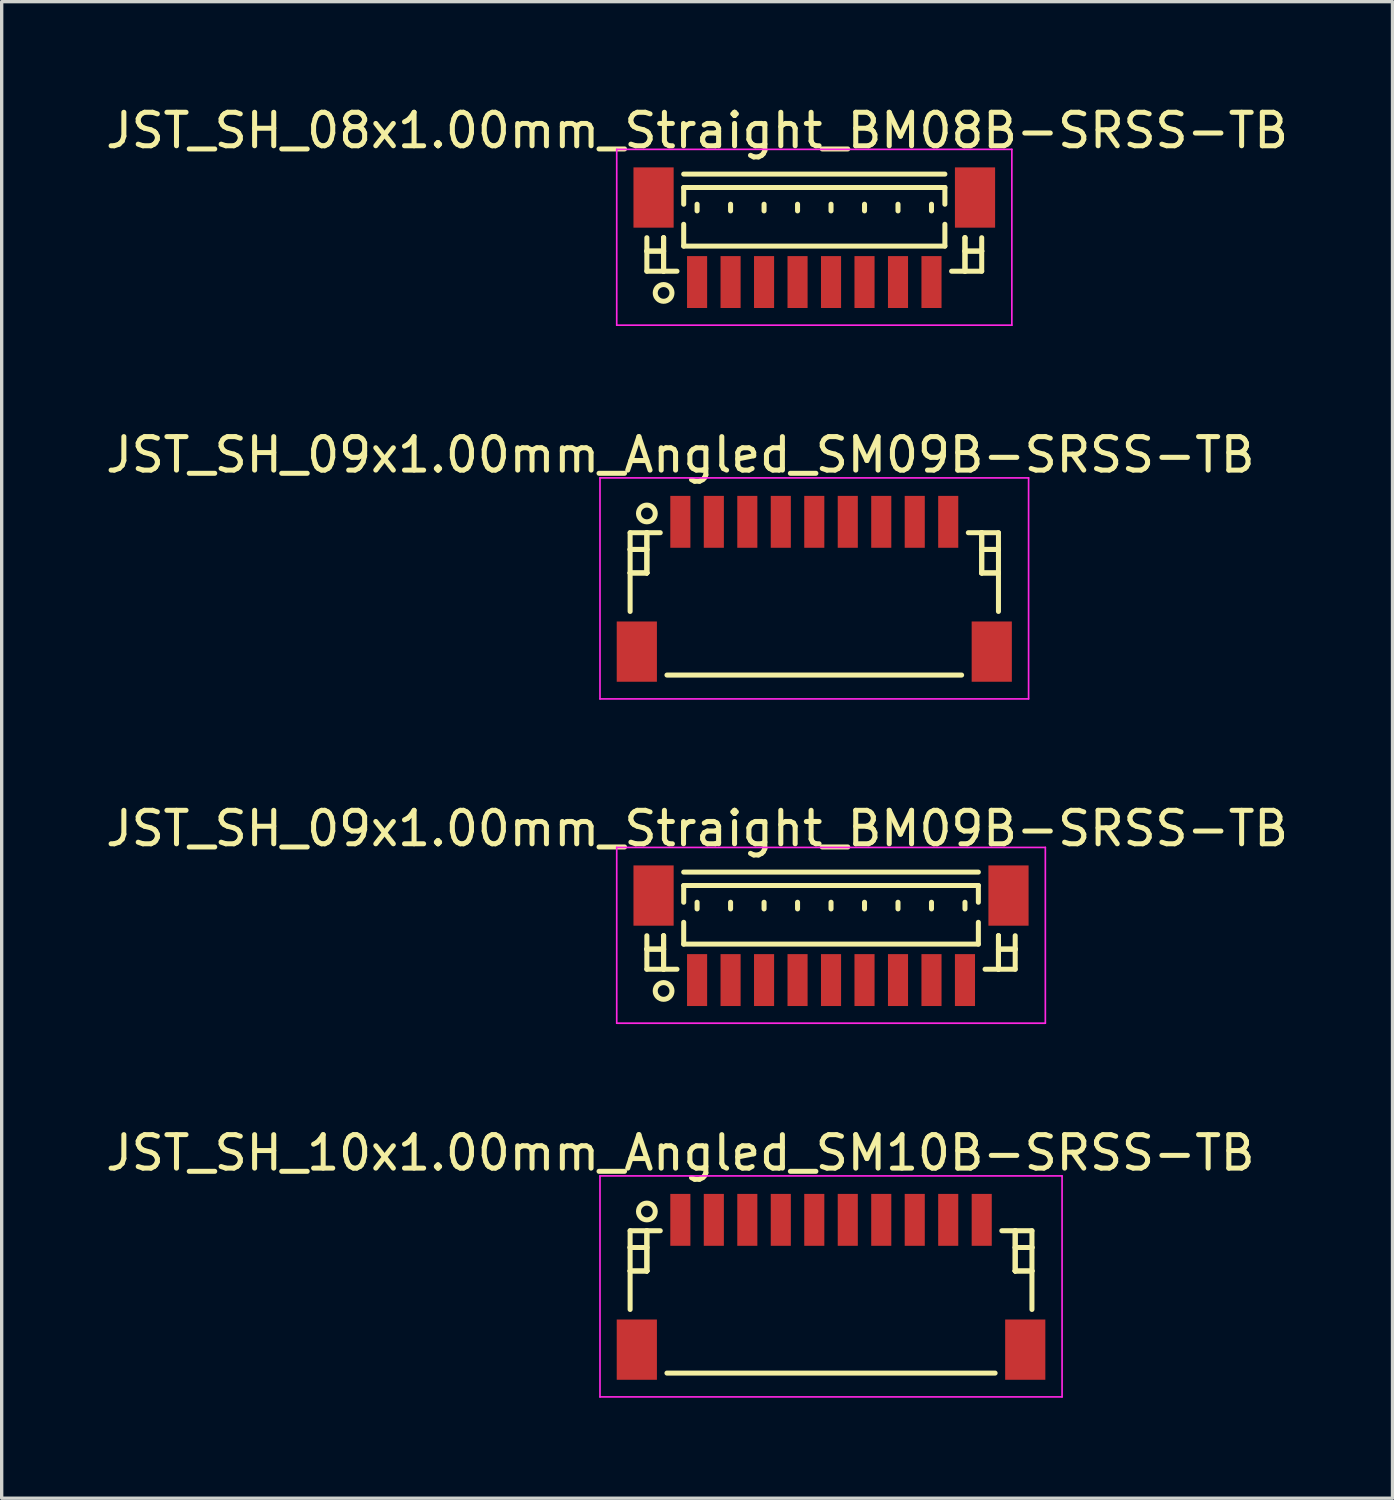
<source format=kicad_pcb>
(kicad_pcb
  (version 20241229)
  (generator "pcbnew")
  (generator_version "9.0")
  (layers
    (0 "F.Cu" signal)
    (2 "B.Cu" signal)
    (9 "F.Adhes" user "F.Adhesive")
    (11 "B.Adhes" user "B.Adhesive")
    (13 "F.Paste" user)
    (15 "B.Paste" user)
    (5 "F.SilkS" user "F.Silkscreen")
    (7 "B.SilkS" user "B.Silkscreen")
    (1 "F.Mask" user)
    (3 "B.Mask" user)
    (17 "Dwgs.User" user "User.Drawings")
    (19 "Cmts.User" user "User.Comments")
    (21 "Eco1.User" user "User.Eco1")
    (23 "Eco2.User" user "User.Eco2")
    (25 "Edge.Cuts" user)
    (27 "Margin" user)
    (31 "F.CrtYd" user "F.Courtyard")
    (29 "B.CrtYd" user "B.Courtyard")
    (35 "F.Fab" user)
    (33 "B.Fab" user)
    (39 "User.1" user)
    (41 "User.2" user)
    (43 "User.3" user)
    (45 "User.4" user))
  (footprint "JST_SH_09x1.00mm_Straight_BM09B-SRSS-TB"
    (layer "F.Cu")
    (at 21.768 24.957)
    (property "Reference" "JST_SH_09x1.00mm_Straight_BM09B-SRSS-TB" (at -4 -3.263 0) (layer "F.SilkS") (effects (font (size 1 1) (thickness 0.15))))
    (attr smd)
    (fp_line (start -5.5 -0.062) (end -5.5 0.938) (stroke (width 0.15) (type solid)) (layer "F.SilkS"))
    (fp_line (start -5.5 0.338) (end -5.5 0.338) (stroke (width 0.15) (type solid)) (layer "F.SilkS"))
    (fp_line (start -5.5 0.338) (end -5 0.338) (stroke (width 0.15) (type solid)) (layer "F.SilkS"))
    (fp_line (start -5.5 0.938) (end -4.6 0.938) (stroke (width 0.15) (type solid)) (layer "F.SilkS"))
    (fp_line (start -5 -0.062) (end -5 -0.062) (stroke (width 0.15) (type solid)) (layer "F.SilkS"))
    (fp_line (start -5 -0.062) (end -5 0.938) (stroke (width 0.15) (type solid)) (layer "F.SilkS"))
    (fp_line (start -5 0.338) (end -5.5 0.338) (stroke (width 0.15) (type solid)) (layer "F.SilkS"))
    (fp_line (start -5 0.338) (end -5 0.338) (stroke (width 0.15) (type solid)) (layer "F.SilkS"))
    (fp_line (start -5 0.938) (end -5 -0.062) (stroke (width 0.15) (type solid)) (layer "F.SilkS"))
    (fp_line (start -5 0.938) (end -5 0.938) (stroke (width 0.15) (type solid)) (layer "F.SilkS"))
    (fp_line (start -4.4 -1.962) (end 4.4 -1.962) (stroke (width 0.15) (type solid)) (layer "F.SilkS"))
    (fp_line (start -4.4 -1.562) (end 4.4 -1.562) (stroke (width 0.15) (type solid)) (layer "F.SilkS"))
    (fp_line (start -4.4 -1.062) (end -4.4 -1.562) (stroke (width 0.15) (type solid)) (layer "F.SilkS"))
    (fp_line (start -4.4 -0.463) (end -4.4 0.188) (stroke (width 0.15) (type solid)) (layer "F.SilkS"))
    (fp_line (start -4.4 0.188) (end 4.4 0.188) (stroke (width 0.15) (type solid)) (layer "F.SilkS"))
    (fp_line (start -4 -1.062) (end -4 -0.863) (stroke (width 0.15) (type solid)) (layer "F.SilkS"))
    (fp_line (start -3 -1.062) (end -3 -0.863) (stroke (width 0.15) (type solid)) (layer "F.SilkS"))
    (fp_line (start -2 -1.062) (end -2 -0.863) (stroke (width 0.15) (type solid)) (layer "F.SilkS"))
    (fp_line (start -1 -1.062) (end -1 -0.863) (stroke (width 0.15) (type solid)) (layer "F.SilkS"))
    (fp_line (start 0 -1.062) (end 0 -0.863) (stroke (width 0.15) (type solid)) (layer "F.SilkS"))
    (fp_line (start 1 -1.062) (end 1 -0.863) (stroke (width 0.15) (type solid)) (layer "F.SilkS"))
    (fp_line (start 2 -1.062) (end 2 -0.863) (stroke (width 0.15) (type solid)) (layer "F.SilkS"))
    (fp_line (start 3 -1.062) (end 3 -0.863) (stroke (width 0.15) (type solid)) (layer "F.SilkS"))
    (fp_line (start 4 -1.062) (end 4 -0.863) (stroke (width 0.15) (type solid)) (layer "F.SilkS"))
    (fp_line (start 4.4 -1.562) (end 4.4 -1.062) (stroke (width 0.15) (type solid)) (layer "F.SilkS"))
    (fp_line (start 4.4 0.188) (end 4.4 -0.463) (stroke (width 0.15) (type solid)) (layer "F.SilkS"))
    (fp_line (start 5 -0.062) (end 5 -0.062) (stroke (width 0.15) (type solid)) (layer "F.SilkS"))
    (fp_line (start 5 -0.062) (end 5 0.938) (stroke (width 0.15) (type solid)) (layer "F.SilkS"))
    (fp_line (start 5 0.338) (end 5 0.338) (stroke (width 0.15) (type solid)) (layer "F.SilkS"))
    (fp_line (start 5 0.338) (end 5.5 0.338) (stroke (width 0.15) (type solid)) (layer "F.SilkS"))
    (fp_line (start 5 0.938) (end 5 -0.062) (stroke (width 0.15) (type solid)) (layer "F.SilkS"))
    (fp_line (start 5 0.938) (end 5 0.938) (stroke (width 0.15) (type solid)) (layer "F.SilkS"))
    (fp_line (start 5.5 -0.062) (end 5.5 0.938) (stroke (width 0.15) (type solid)) (layer "F.SilkS"))
    (fp_line (start 5.5 0.338) (end 5 0.338) (stroke (width 0.15) (type solid)) (layer "F.SilkS"))
    (fp_line (start 5.5 0.338) (end 5.5 0.338) (stroke (width 0.15) (type solid)) (layer "F.SilkS"))
    (fp_line (start 5.5 0.938) (end 4.6 0.938) (stroke (width 0.15) (type solid)) (layer "F.SilkS"))
    (fp_circle (center -5 1.587) (end -4.75 1.587) (stroke (width 0.15) (type solid)) (fill no) (layer "F.SilkS"))
    (fp_line (start -6.4 -2.7) (end 6.4 -2.7) (stroke (width 0.05) (type solid)) (layer "F.CrtYd"))
    (fp_line (start -6.4 2.55) (end -6.4 -2.7) (stroke (width 0.05) (type solid)) (layer "F.CrtYd"))
    (fp_line (start 6.4 -2.7) (end 6.4 2.55) (stroke (width 0.05) (type solid)) (layer "F.CrtYd"))
    (fp_line (start 6.4 2.55) (end -6.4 2.55) (stroke (width 0.05) (type solid)) (layer "F.CrtYd"))
    (pad "" smd rect (at -5.3 -1.262) (size 1.2 1.8) (layers "F.Cu" "F.Mask" "F.Paste"))
    (pad "" smd rect (at 5.3 -1.262) (size 1.2 1.8) (layers "F.Cu" "F.Mask" "F.Paste"))
    (pad "1" smd rect (at -4 1.262) (size 0.6 1.55) (layers "F.Cu" "F.Mask" "F.Paste"))
    (pad "2" smd rect (at -3 1.262) (size 0.6 1.55) (layers "F.Cu" "F.Mask" "F.Paste"))
    (pad "3" smd rect (at -2 1.262) (size 0.6 1.55) (layers "F.Cu" "F.Mask" "F.Paste"))
    (pad "4" smd rect (at -1 1.262) (size 0.6 1.55) (layers "F.Cu" "F.Mask" "F.Paste"))
    (pad "5" smd rect (at 0 1.262) (size 0.6 1.55) (layers "F.Cu" "F.Mask" "F.Paste"))
    (pad "6" smd rect (at 1 1.262) (size 0.6 1.55) (layers "F.Cu" "F.Mask" "F.Paste"))
    (pad "7" smd rect (at 2 1.262) (size 0.6 1.55) (layers "F.Cu" "F.Mask" "F.Paste"))
    (pad "8" smd rect (at 3 1.262) (size 0.6 1.55) (layers "F.Cu" "F.Mask" "F.Paste"))
    (pad "9" smd rect (at 4 1.262) (size 0.6 1.55) (layers "F.Cu" "F.Mask" "F.Paste")))
  (footprint "JST_SH_08x1.00mm_Straight_BM08B-SRSS-TB"
    (layer "F.Cu")
    (at 21.268 4.111)
    (property "Reference" "JST_SH_08x1.00mm_Straight_BM08B-SRSS-TB" (at -3.5 -3.263 0) (layer "F.SilkS") (effects (font (size 1 1) (thickness 0.15))))
    (attr smd)
    (fp_line (start -5 -0.062) (end -5 0.938) (stroke (width 0.15) (type solid)) (layer "F.SilkS"))
    (fp_line (start -5 0.338) (end -5 0.338) (stroke (width 0.15) (type solid)) (layer "F.SilkS"))
    (fp_line (start -5 0.338) (end -4.5 0.338) (stroke (width 0.15) (type solid)) (layer "F.SilkS"))
    (fp_line (start -5 0.938) (end -4.1 0.938) (stroke (width 0.15) (type solid)) (layer "F.SilkS"))
    (fp_line (start -4.5 -0.062) (end -4.5 -0.062) (stroke (width 0.15) (type solid)) (layer "F.SilkS"))
    (fp_line (start -4.5 -0.062) (end -4.5 0.938) (stroke (width 0.15) (type solid)) (layer "F.SilkS"))
    (fp_line (start -4.5 0.338) (end -5 0.338) (stroke (width 0.15) (type solid)) (layer "F.SilkS"))
    (fp_line (start -4.5 0.338) (end -4.5 0.338) (stroke (width 0.15) (type solid)) (layer "F.SilkS"))
    (fp_line (start -4.5 0.938) (end -4.5 -0.062) (stroke (width 0.15) (type solid)) (layer "F.SilkS"))
    (fp_line (start -4.5 0.938) (end -4.5 0.938) (stroke (width 0.15) (type solid)) (layer "F.SilkS"))
    (fp_line (start -3.9 -1.962) (end 3.9 -1.962) (stroke (width 0.15) (type solid)) (layer "F.SilkS"))
    (fp_line (start -3.9 -1.562) (end 3.9 -1.562) (stroke (width 0.15) (type solid)) (layer "F.SilkS"))
    (fp_line (start -3.9 -1.062) (end -3.9 -1.562) (stroke (width 0.15) (type solid)) (layer "F.SilkS"))
    (fp_line (start -3.9 -0.463) (end -3.9 0.188) (stroke (width 0.15) (type solid)) (layer "F.SilkS"))
    (fp_line (start -3.9 0.188) (end 3.9 0.188) (stroke (width 0.15) (type solid)) (layer "F.SilkS"))
    (fp_line (start -3.5 -1.062) (end -3.5 -0.863) (stroke (width 0.15) (type solid)) (layer "F.SilkS"))
    (fp_line (start -2.5 -1.062) (end -2.5 -0.863) (stroke (width 0.15) (type solid)) (layer "F.SilkS"))
    (fp_line (start -1.5 -1.062) (end -1.5 -0.863) (stroke (width 0.15) (type solid)) (layer "F.SilkS"))
    (fp_line (start -0.5 -1.062) (end -0.5 -0.863) (stroke (width 0.15) (type solid)) (layer "F.SilkS"))
    (fp_line (start 0.5 -1.062) (end 0.5 -0.863) (stroke (width 0.15) (type solid)) (layer "F.SilkS"))
    (fp_line (start 1.5 -1.062) (end 1.5 -0.863) (stroke (width 0.15) (type solid)) (layer "F.SilkS"))
    (fp_line (start 2.5 -1.062) (end 2.5 -0.863) (stroke (width 0.15) (type solid)) (layer "F.SilkS"))
    (fp_line (start 3.5 -1.062) (end 3.5 -0.863) (stroke (width 0.15) (type solid)) (layer "F.SilkS"))
    (fp_line (start 3.9 -1.562) (end 3.9 -1.062) (stroke (width 0.15) (type solid)) (layer "F.SilkS"))
    (fp_line (start 3.9 0.188) (end 3.9 -0.463) (stroke (width 0.15) (type solid)) (layer "F.SilkS"))
    (fp_line (start 4.5 -0.062) (end 4.5 -0.062) (stroke (width 0.15) (type solid)) (layer "F.SilkS"))
    (fp_line (start 4.5 -0.062) (end 4.5 0.938) (stroke (width 0.15) (type solid)) (layer "F.SilkS"))
    (fp_line (start 4.5 0.338) (end 4.5 0.338) (stroke (width 0.15) (type solid)) (layer "F.SilkS"))
    (fp_line (start 4.5 0.338) (end 5 0.338) (stroke (width 0.15) (type solid)) (layer "F.SilkS"))
    (fp_line (start 4.5 0.938) (end 4.5 -0.062) (stroke (width 0.15) (type solid)) (layer "F.SilkS"))
    (fp_line (start 4.5 0.938) (end 4.5 0.938) (stroke (width 0.15) (type solid)) (layer "F.SilkS"))
    (fp_line (start 5 -0.062) (end 5 0.938) (stroke (width 0.15) (type solid)) (layer "F.SilkS"))
    (fp_line (start 5 0.338) (end 4.5 0.338) (stroke (width 0.15) (type solid)) (layer "F.SilkS"))
    (fp_line (start 5 0.338) (end 5 0.338) (stroke (width 0.15) (type solid)) (layer "F.SilkS"))
    (fp_line (start 5 0.938) (end 4.1 0.938) (stroke (width 0.15) (type solid)) (layer "F.SilkS"))
    (fp_circle (center -4.5 1.587) (end -4.25 1.587) (stroke (width 0.15) (type solid)) (fill no) (layer "F.SilkS"))
    (fp_line (start -5.9 -2.7) (end 5.9 -2.7) (stroke (width 0.05) (type solid)) (layer "F.CrtYd"))
    (fp_line (start -5.9 2.55) (end -5.9 -2.7) (stroke (width 0.05) (type solid)) (layer "F.CrtYd"))
    (fp_line (start 5.9 -2.7) (end 5.9 2.55) (stroke (width 0.05) (type solid)) (layer "F.CrtYd"))
    (fp_line (start 5.9 2.55) (end -5.9 2.55) (stroke (width 0.05) (type solid)) (layer "F.CrtYd"))
    (pad "" smd rect (at -4.8 -1.262) (size 1.2 1.8) (layers "F.Cu" "F.Mask" "F.Paste"))
    (pad "" smd rect (at 4.8 -1.262) (size 1.2 1.8) (layers "F.Cu" "F.Mask" "F.Paste"))
    (pad "1" smd rect (at -3.5 1.262) (size 0.6 1.55) (layers "F.Cu" "F.Mask" "F.Paste"))
    (pad "2" smd rect (at -2.5 1.262) (size 0.6 1.55) (layers "F.Cu" "F.Mask" "F.Paste"))
    (pad "3" smd rect (at -1.5 1.262) (size 0.6 1.55) (layers "F.Cu" "F.Mask" "F.Paste"))
    (pad "4" smd rect (at -0.5 1.262) (size 0.6 1.55) (layers "F.Cu" "F.Mask" "F.Paste"))
    (pad "5" smd rect (at 0.5 1.262) (size 0.6 1.55) (layers "F.Cu" "F.Mask" "F.Paste"))
    (pad "6" smd rect (at 1.5 1.262) (size 0.6 1.55) (layers "F.Cu" "F.Mask" "F.Paste"))
    (pad "7" smd rect (at 2.5 1.262) (size 0.6 1.55) (layers "F.Cu" "F.Mask" "F.Paste"))
    (pad "8" smd rect (at 3.5 1.262) (size 0.6 1.55) (layers "F.Cu" "F.Mask" "F.Paste")))
  (footprint "JST_SH_10x1.00mm_Angled_SM10B-SRSS-TB"
    (layer "F.Cu")
    (at 21.768 35.318)
    (property "Reference" "JST_SH_10x1.00mm_Angled_SM10B-SRSS-TB" (at -4.5 -3.938 0) (layer "F.SilkS") (effects (font (size 1 1) (thickness 0.15))))
    (attr smd)
    (fp_line (start -6 -1.613) (end -5.1 -1.613) (stroke (width 0.15) (type solid)) (layer "F.SilkS"))
    (fp_line (start -6 -1.113) (end -6 -1.113) (stroke (width 0.15) (type solid)) (layer "F.SilkS"))
    (fp_line (start -6 -1.113) (end -5.5 -1.113) (stroke (width 0.15) (type solid)) (layer "F.SilkS"))
    (fp_line (start -6 -0.412) (end -6 -0.412) (stroke (width 0.15) (type solid)) (layer "F.SilkS"))
    (fp_line (start -6 -0.412) (end -5.5 -0.412) (stroke (width 0.15) (type solid)) (layer "F.SilkS"))
    (fp_line (start -6 0.738) (end -6 -1.613) (stroke (width 0.15) (type solid)) (layer "F.SilkS"))
    (fp_line (start -5.5 -1.613) (end -5.5 -1.613) (stroke (width 0.15) (type solid)) (layer "F.SilkS"))
    (fp_line (start -5.5 -1.613) (end -5.5 -0.412) (stroke (width 0.15) (type solid)) (layer "F.SilkS"))
    (fp_line (start -5.5 -1.113) (end -6 -1.113) (stroke (width 0.15) (type solid)) (layer "F.SilkS"))
    (fp_line (start -5.5 -1.113) (end -5.5 -1.113) (stroke (width 0.15) (type solid)) (layer "F.SilkS"))
    (fp_line (start -5.5 -0.412) (end -6 -0.412) (stroke (width 0.15) (type solid)) (layer "F.SilkS"))
    (fp_line (start -5.5 -0.412) (end -5.5 -1.613) (stroke (width 0.15) (type solid)) (layer "F.SilkS"))
    (fp_line (start -5.5 -0.412) (end -5.5 -0.412) (stroke (width 0.15) (type solid)) (layer "F.SilkS"))
    (fp_line (start -5.5 -0.412) (end -5.5 -0.412) (stroke (width 0.15) (type solid)) (layer "F.SilkS"))
    (fp_line (start -4.9 2.638) (end 4.9 2.638) (stroke (width 0.15) (type solid)) (layer "F.SilkS"))
    (fp_line (start 5.5 -1.613) (end 5.5 -1.613) (stroke (width 0.15) (type solid)) (layer "F.SilkS"))
    (fp_line (start 5.5 -1.613) (end 5.5 -0.412) (stroke (width 0.15) (type solid)) (layer "F.SilkS"))
    (fp_line (start 5.5 -1.113) (end 5.5 -1.113) (stroke (width 0.15) (type solid)) (layer "F.SilkS"))
    (fp_line (start 5.5 -1.113) (end 6 -1.113) (stroke (width 0.15) (type solid)) (layer "F.SilkS"))
    (fp_line (start 5.5 -0.412) (end 5.5 -1.613) (stroke (width 0.15) (type solid)) (layer "F.SilkS"))
    (fp_line (start 5.5 -0.412) (end 5.5 -0.412) (stroke (width 0.15) (type solid)) (layer "F.SilkS"))
    (fp_line (start 5.5 -0.412) (end 5.5 -0.412) (stroke (width 0.15) (type solid)) (layer "F.SilkS"))
    (fp_line (start 5.5 -0.412) (end 6 -0.412) (stroke (width 0.15) (type solid)) (layer "F.SilkS"))
    (fp_line (start 6 -1.613) (end 5.1 -1.613) (stroke (width 0.15) (type solid)) (layer "F.SilkS"))
    (fp_line (start 6 -1.113) (end 5.5 -1.113) (stroke (width 0.15) (type solid)) (layer "F.SilkS"))
    (fp_line (start 6 -1.113) (end 6 -1.113) (stroke (width 0.15) (type solid)) (layer "F.SilkS"))
    (fp_line (start 6 -0.412) (end 5.5 -0.412) (stroke (width 0.15) (type solid)) (layer "F.SilkS"))
    (fp_line (start 6 -0.412) (end 6 -0.412) (stroke (width 0.15) (type solid)) (layer "F.SilkS"))
    (fp_line (start 6 0.738) (end 6 -1.613) (stroke (width 0.15) (type solid)) (layer "F.SilkS"))
    (fp_circle (center -5.5 -2.188) (end -5.25 -2.188) (stroke (width 0.15) (type solid)) (fill no) (layer "F.SilkS"))
    (fp_line (start -6.9 -3.25) (end 6.9 -3.25) (stroke (width 0.05) (type solid)) (layer "F.CrtYd"))
    (fp_line (start -6.9 3.35) (end -6.9 -3.25) (stroke (width 0.05) (type solid)) (layer "F.CrtYd"))
    (fp_line (start 6.9 -3.25) (end 6.9 3.35) (stroke (width 0.05) (type solid)) (layer "F.CrtYd"))
    (fp_line (start 6.9 3.35) (end -6.9 3.35) (stroke (width 0.05) (type solid)) (layer "F.CrtYd"))
    (pad "" smd rect (at -5.8 1.938) (size 1.2 1.8) (layers "F.Cu" "F.Mask" "F.Paste"))
    (pad "" smd rect (at 5.8 1.938) (size 1.2 1.8) (layers "F.Cu" "F.Mask" "F.Paste"))
    (pad "1" smd rect (at -4.5 -1.938) (size 0.6 1.55) (layers "F.Cu" "F.Mask" "F.Paste"))
    (pad "2" smd rect (at -3.5 -1.938) (size 0.6 1.55) (layers "F.Cu" "F.Mask" "F.Paste"))
    (pad "3" smd rect (at -2.5 -1.938) (size 0.6 1.55) (layers "F.Cu" "F.Mask" "F.Paste"))
    (pad "4" smd rect (at -1.5 -1.938) (size 0.6 1.55) (layers "F.Cu" "F.Mask" "F.Paste"))
    (pad "5" smd rect (at -0.5 -1.938) (size 0.6 1.55) (layers "F.Cu" "F.Mask" "F.Paste"))
    (pad "6" smd rect (at 0.5 -1.938) (size 0.6 1.55) (layers "F.Cu" "F.Mask" "F.Paste"))
    (pad "7" smd rect (at 1.5 -1.938) (size 0.6 1.55) (layers "F.Cu" "F.Mask" "F.Paste"))
    (pad "8" smd rect (at 2.5 -1.938) (size 0.6 1.55) (layers "F.Cu" "F.Mask" "F.Paste"))
    (pad "9" smd rect (at 3.5 -1.938) (size 0.6 1.55) (layers "F.Cu" "F.Mask" "F.Paste"))
    (pad "10" smd rect (at 4.5 -1.938) (size 0.6 1.55) (layers "F.Cu" "F.Mask" "F.Paste")))
  (footprint "JST_SH_09x1.00mm_Angled_SM09B-SRSS-TB"
    (layer "F.Cu")
    (at 21.268 14.472)
    (property "Reference" "JST_SH_09x1.00mm_Angled_SM09B-SRSS-TB" (at -4 -3.938 0) (layer "F.SilkS") (effects (font (size 1 1) (thickness 0.15))))
    (attr smd)
    (fp_line (start -5.5 -1.613) (end -4.6 -1.613) (stroke (width 0.15) (type solid)) (layer "F.SilkS"))
    (fp_line (start -5.5 -1.113) (end -5.5 -1.113) (stroke (width 0.15) (type solid)) (layer "F.SilkS"))
    (fp_line (start -5.5 -1.113) (end -5 -1.113) (stroke (width 0.15) (type solid)) (layer "F.SilkS"))
    (fp_line (start -5.5 -0.412) (end -5.5 -0.412) (stroke (width 0.15) (type solid)) (layer "F.SilkS"))
    (fp_line (start -5.5 -0.412) (end -5 -0.412) (stroke (width 0.15) (type solid)) (layer "F.SilkS"))
    (fp_line (start -5.5 0.738) (end -5.5 -1.613) (stroke (width 0.15) (type solid)) (layer "F.SilkS"))
    (fp_line (start -5 -1.613) (end -5 -1.613) (stroke (width 0.15) (type solid)) (layer "F.SilkS"))
    (fp_line (start -5 -1.613) (end -5 -0.412) (stroke (width 0.15) (type solid)) (layer "F.SilkS"))
    (fp_line (start -5 -1.113) (end -5.5 -1.113) (stroke (width 0.15) (type solid)) (layer "F.SilkS"))
    (fp_line (start -5 -1.113) (end -5 -1.113) (stroke (width 0.15) (type solid)) (layer "F.SilkS"))
    (fp_line (start -5 -0.412) (end -5.5 -0.412) (stroke (width 0.15) (type solid)) (layer "F.SilkS"))
    (fp_line (start -5 -0.412) (end -5 -1.613) (stroke (width 0.15) (type solid)) (layer "F.SilkS"))
    (fp_line (start -5 -0.412) (end -5 -0.412) (stroke (width 0.15) (type solid)) (layer "F.SilkS"))
    (fp_line (start -5 -0.412) (end -5 -0.412) (stroke (width 0.15) (type solid)) (layer "F.SilkS"))
    (fp_line (start -4.4 2.638) (end 4.4 2.638) (stroke (width 0.15) (type solid)) (layer "F.SilkS"))
    (fp_line (start 5 -1.613) (end 5 -1.613) (stroke (width 0.15) (type solid)) (layer "F.SilkS"))
    (fp_line (start 5 -1.613) (end 5 -0.412) (stroke (width 0.15) (type solid)) (layer "F.SilkS"))
    (fp_line (start 5 -1.113) (end 5 -1.113) (stroke (width 0.15) (type solid)) (layer "F.SilkS"))
    (fp_line (start 5 -1.113) (end 5.5 -1.113) (stroke (width 0.15) (type solid)) (layer "F.SilkS"))
    (fp_line (start 5 -0.412) (end 5 -1.613) (stroke (width 0.15) (type solid)) (layer "F.SilkS"))
    (fp_line (start 5 -0.412) (end 5 -0.412) (stroke (width 0.15) (type solid)) (layer "F.SilkS"))
    (fp_line (start 5 -0.412) (end 5 -0.412) (stroke (width 0.15) (type solid)) (layer "F.SilkS"))
    (fp_line (start 5 -0.412) (end 5.5 -0.412) (stroke (width 0.15) (type solid)) (layer "F.SilkS"))
    (fp_line (start 5.5 -1.613) (end 4.6 -1.613) (stroke (width 0.15) (type solid)) (layer "F.SilkS"))
    (fp_line (start 5.5 -1.113) (end 5 -1.113) (stroke (width 0.15) (type solid)) (layer "F.SilkS"))
    (fp_line (start 5.5 -1.113) (end 5.5 -1.113) (stroke (width 0.15) (type solid)) (layer "F.SilkS"))
    (fp_line (start 5.5 -0.412) (end 5 -0.412) (stroke (width 0.15) (type solid)) (layer "F.SilkS"))
    (fp_line (start 5.5 -0.412) (end 5.5 -0.412) (stroke (width 0.15) (type solid)) (layer "F.SilkS"))
    (fp_line (start 5.5 0.738) (end 5.5 -1.613) (stroke (width 0.15) (type solid)) (layer "F.SilkS"))
    (fp_circle (center -5 -2.188) (end -4.75 -2.188) (stroke (width 0.15) (type solid)) (fill no) (layer "F.SilkS"))
    (fp_line (start -6.4 -3.25) (end 6.4 -3.25) (stroke (width 0.05) (type solid)) (layer "F.CrtYd"))
    (fp_line (start -6.4 3.35) (end -6.4 -3.25) (stroke (width 0.05) (type solid)) (layer "F.CrtYd"))
    (fp_line (start 6.4 -3.25) (end 6.4 3.35) (stroke (width 0.05) (type solid)) (layer "F.CrtYd"))
    (fp_line (start 6.4 3.35) (end -6.4 3.35) (stroke (width 0.05) (type solid)) (layer "F.CrtYd"))
    (pad "" smd rect (at -5.3 1.938) (size 1.2 1.8) (layers "F.Cu" "F.Mask" "F.Paste"))
    (pad "" smd rect (at 5.3 1.938) (size 1.2 1.8) (layers "F.Cu" "F.Mask" "F.Paste"))
    (pad "1" smd rect (at -4 -1.938) (size 0.6 1.55) (layers "F.Cu" "F.Mask" "F.Paste"))
    (pad "2" smd rect (at -3 -1.938) (size 0.6 1.55) (layers "F.Cu" "F.Mask" "F.Paste"))
    (pad "3" smd rect (at -2 -1.938) (size 0.6 1.55) (layers "F.Cu" "F.Mask" "F.Paste"))
    (pad "4" smd rect (at -1 -1.938) (size 0.6 1.55) (layers "F.Cu" "F.Mask" "F.Paste"))
    (pad "5" smd rect (at 0 -1.938) (size 0.6 1.55) (layers "F.Cu" "F.Mask" "F.Paste"))
    (pad "6" smd rect (at 1 -1.938) (size 0.6 1.55) (layers "F.Cu" "F.Mask" "F.Paste"))
    (pad "7" smd rect (at 2 -1.938) (size 0.6 1.55) (layers "F.Cu" "F.Mask" "F.Paste"))
    (pad "8" smd rect (at 3 -1.938) (size 0.6 1.55) (layers "F.Cu" "F.Mask" "F.Paste"))
    (pad "9" smd rect (at 4 -1.938) (size 0.6 1.55) (layers "F.Cu" "F.Mask" "F.Paste")))
  (gr_rect
    (start -3 -3)
    (end 38.536 41.693)
    (stroke (width 0.1) (type default))
    (fill no)
    (layer "Edge.Cuts")))
</source>
